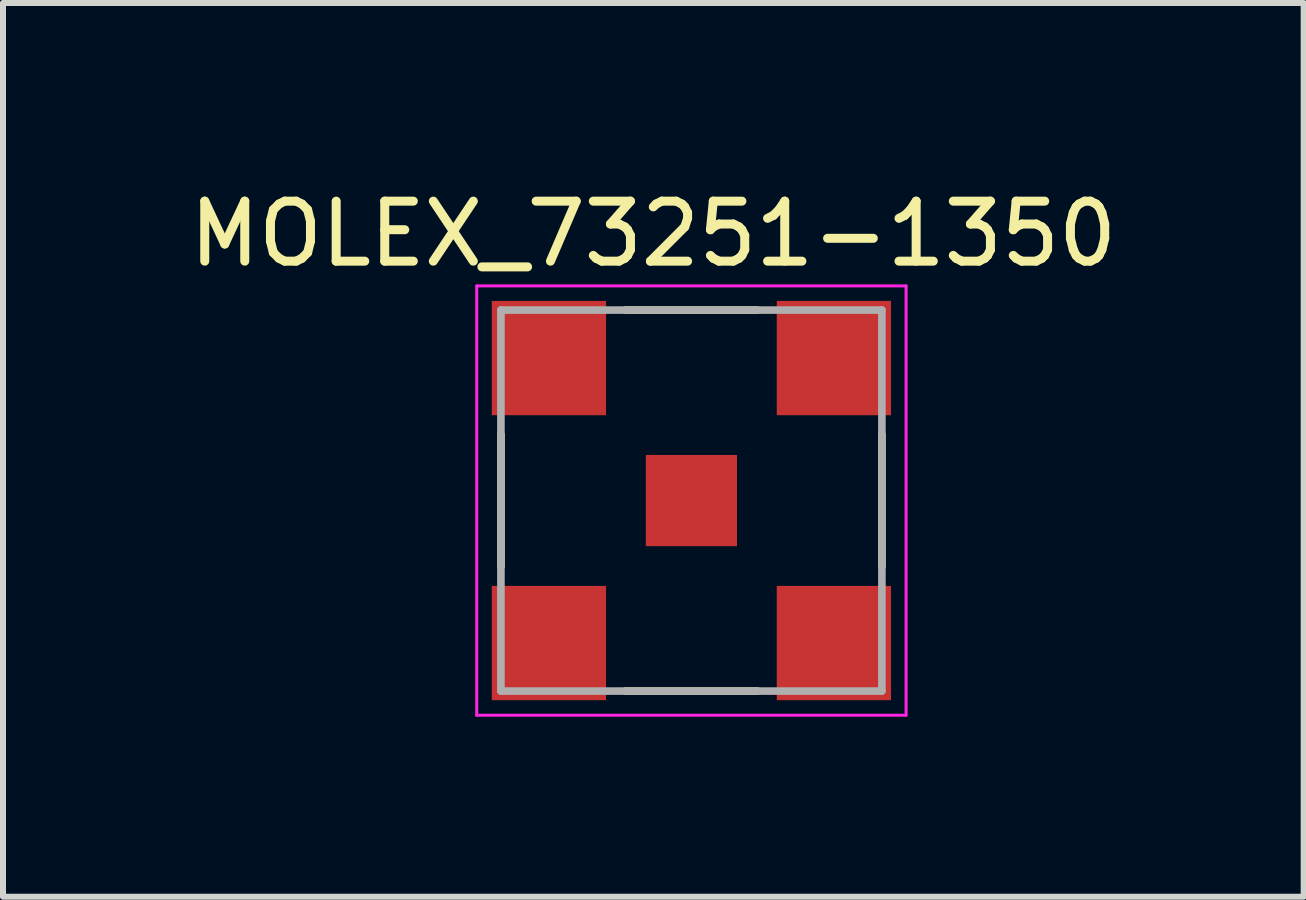
<source format=kicad_pcb>
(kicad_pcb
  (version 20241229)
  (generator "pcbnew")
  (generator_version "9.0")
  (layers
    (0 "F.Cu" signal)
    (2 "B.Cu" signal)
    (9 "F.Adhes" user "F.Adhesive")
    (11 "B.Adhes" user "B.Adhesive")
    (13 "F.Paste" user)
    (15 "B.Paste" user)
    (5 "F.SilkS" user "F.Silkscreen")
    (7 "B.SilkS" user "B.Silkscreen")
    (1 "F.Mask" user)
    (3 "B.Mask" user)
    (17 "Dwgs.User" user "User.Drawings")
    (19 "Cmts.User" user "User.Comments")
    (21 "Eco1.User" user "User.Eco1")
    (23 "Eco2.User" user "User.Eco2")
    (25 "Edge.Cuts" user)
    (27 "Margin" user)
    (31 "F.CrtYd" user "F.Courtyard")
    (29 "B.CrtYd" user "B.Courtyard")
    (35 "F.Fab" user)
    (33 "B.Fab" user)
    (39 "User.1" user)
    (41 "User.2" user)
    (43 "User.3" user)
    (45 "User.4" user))
  (footprint "MOLEX_73251-1350"
    (layer "F.Cu")
    (at 8.474 5.293)
    (property "Reference" "MOLEX_73251-1350" (at -0.635 -4.445 0) (layer "F.SilkS") (effects (font (size 1 1) (thickness 0.15))))
    (attr smd)
    (fp_line (start -3.175 1.1) (end -3.175 -1.1) (stroke (width 0.127) (type solid)) (layer "F.SilkS"))
    (fp_line (start -1.1 -3.175) (end 1.1 -3.175) (stroke (width 0.127) (type solid)) (layer "F.SilkS"))
    (fp_line (start -1.1 3.175) (end 1.1 3.175) (stroke (width 0.127) (type solid)) (layer "F.SilkS"))
    (fp_line (start 3.175 1.1) (end 3.175 -1.1) (stroke (width 0.127) (type solid)) (layer "F.SilkS"))
    (fp_line (start -3.578 -3.578) (end 3.578 -3.578) (stroke (width 0.05) (type solid)) (layer "F.CrtYd"))
    (fp_line (start -3.578 3.578) (end -3.578 -3.578) (stroke (width 0.05) (type solid)) (layer "F.CrtYd"))
    (fp_line (start 3.578 -3.578) (end 3.578 3.578) (stroke (width 0.05) (type solid)) (layer "F.CrtYd"))
    (fp_line (start 3.578 3.578) (end -3.578 3.578) (stroke (width 0.05) (type solid)) (layer "F.CrtYd"))
    (fp_line (start -3.175 -3.175) (end 3.175 -3.175) (stroke (width 0.127) (type solid)) (layer "F.Fab"))
    (fp_line (start -3.175 3.175) (end -3.175 -3.175) (stroke (width 0.127) (type solid)) (layer "F.Fab"))
    (fp_line (start 3.175 -3.175) (end 3.175 3.175) (stroke (width 0.127) (type solid)) (layer "F.Fab"))
    (fp_line (start 3.175 3.175) (end -3.175 3.175) (stroke (width 0.127) (type solid)) (layer "F.Fab"))
    (pad "1" smd rect (at 0 0) (size 1.52 1.52) (layers "F.Cu" "F.Mask" "F.Paste"))
    (pad "S1" smd rect (at -2.375 -2.375) (size 1.905 1.905) (layers "F.Cu" "F.Mask" "F.Paste"))
    (pad "S2" smd rect (at 2.375 -2.375) (size 1.905 1.905) (layers "F.Cu" "F.Mask" "F.Paste"))
    (pad "S3" smd rect (at 2.375 2.375) (size 1.905 1.905) (layers "F.Cu" "F.Mask" "F.Paste"))
    (pad "S4" smd rect (at -2.375 2.375) (size 1.905 1.905) (layers "F.Cu" "F.Mask" "F.Paste")))
  (gr_rect
    (start -3 -3)
    (end 18.679 11.896)
    (stroke (width 0.1) (type default))
    (fill no)
    (layer "Edge.Cuts")))
</source>
